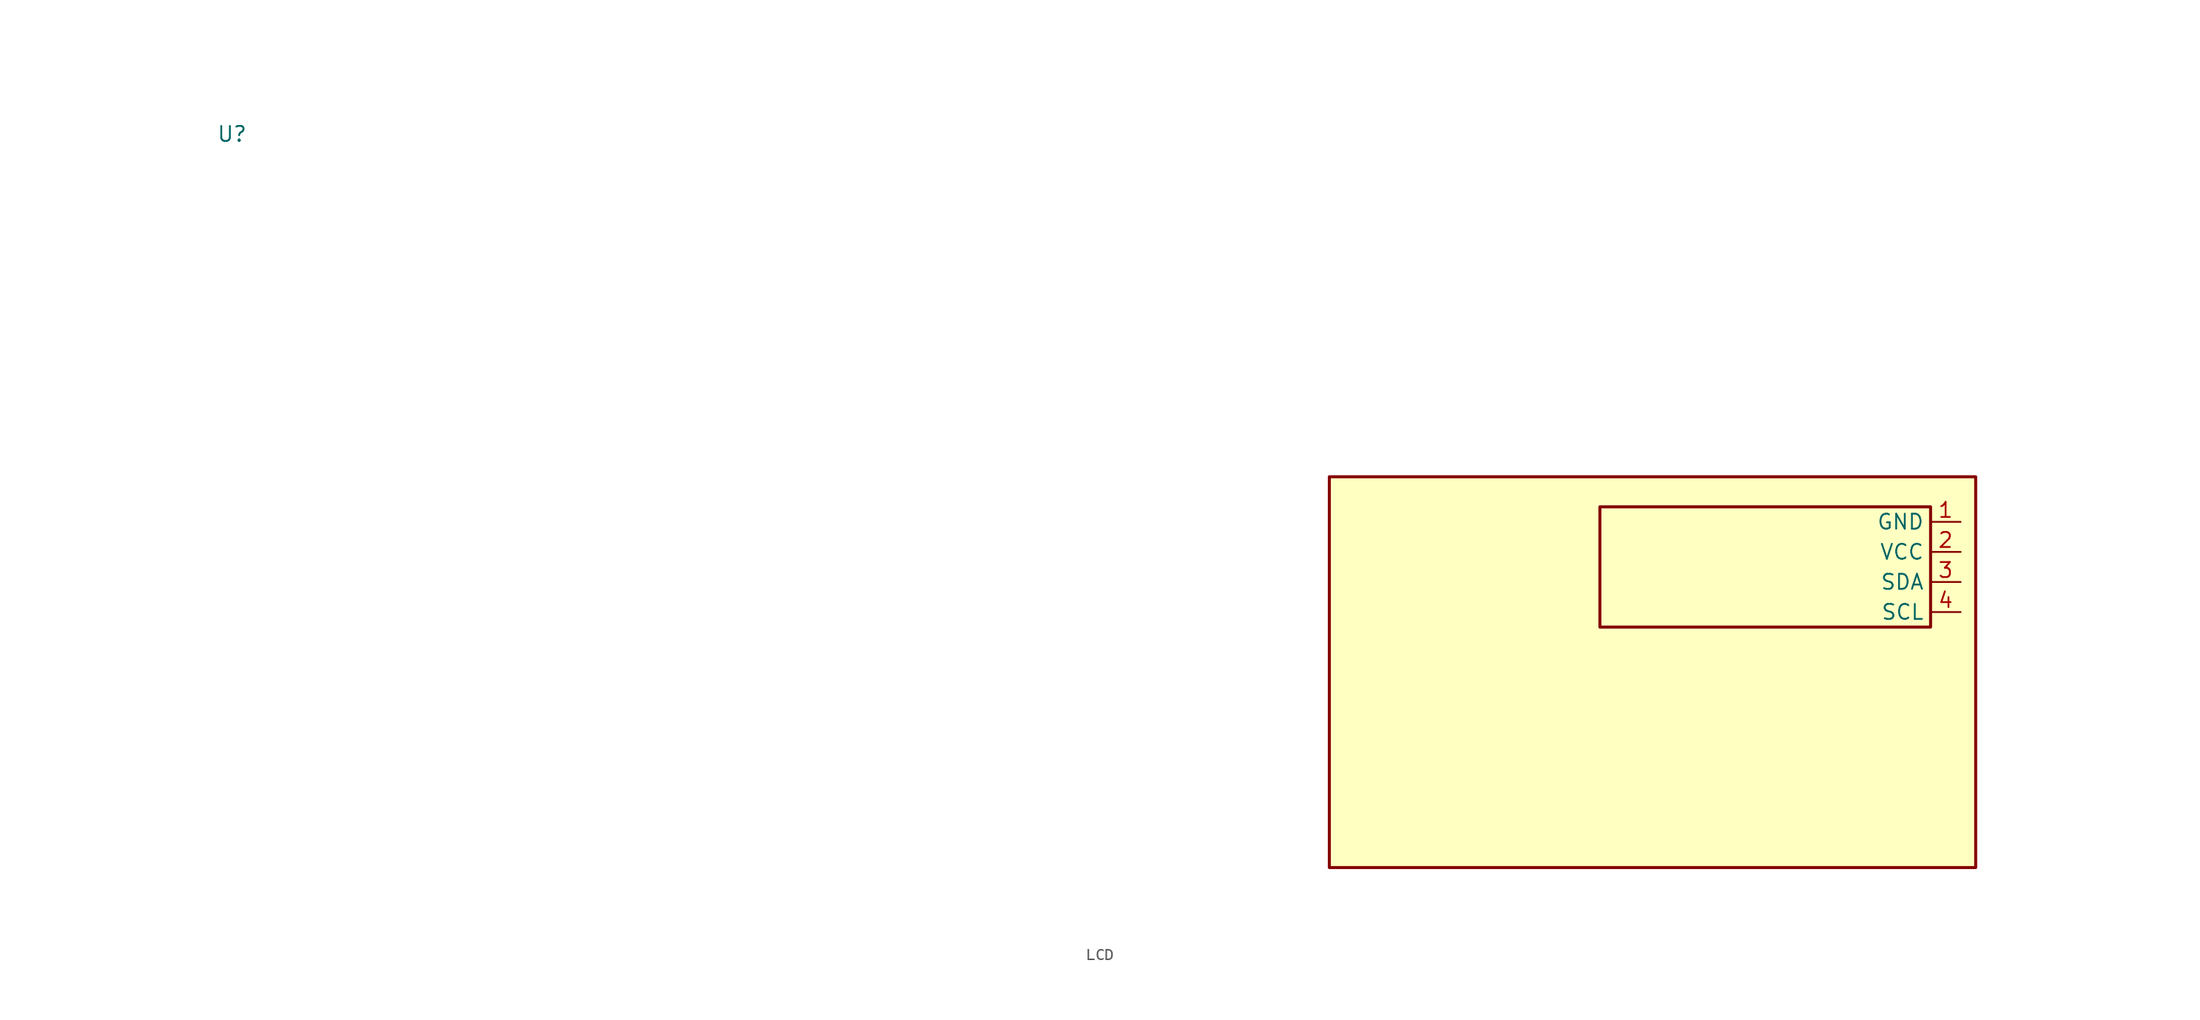
<source format=kicad_sym>
(kicad_symbol_lib
  (version 20231120)
  (generator "kicad_symbol_editor")
  (generator_version "8.0")
  (symbol "LCD"
    (property "Reference" "U"
      (at -120.65 45.466 0)
      (effects (font (size 1.27 1.27))))
    (property "Value" ""
      (at 25.4 12.7 0)
      (effects (font (size 1.27 1.27))))
    (symbol "LCD_0_0"
      (pin passive line (at 25.4 12.7 180) (length 2.54) (name "GND" (effects (font (size 1.27 1.27)))) (number "1" (effects (font (size 1.27 1.27)))))
      (pin power_in line (at 25.4 10.16 180) (length 2.54) (name "VCC" (effects (font (size 1.27 1.27)))) (number "2" (effects (font (size 1.27 1.27)))))
      (pin power_in line (at 25.4 5.08 180) (length 2.54) (name "SCL" (effects (font (size 1.27 1.27)))) (number "4" (effects (font (size 1.27 1.27))))))
    (symbol "LCD_1_0"
      (pin bidirectional line (at 25.4 7.62 180) (length 2.54) (name "SDA" (effects (font (size 1.27 1.27)))) (number "3" (effects (font (size 1.27 1.27))))))
    (symbol "LCD_1_1"
      (rectangle (start -27.94 16.51) (end 26.67 -16.51) (stroke (width 0.254) (type default)) (fill (type background)))
      (rectangle (start -5.08 13.97) (end 22.86 3.81) (stroke (width 0.254) (type default)) (fill (type background))))))
</source>
